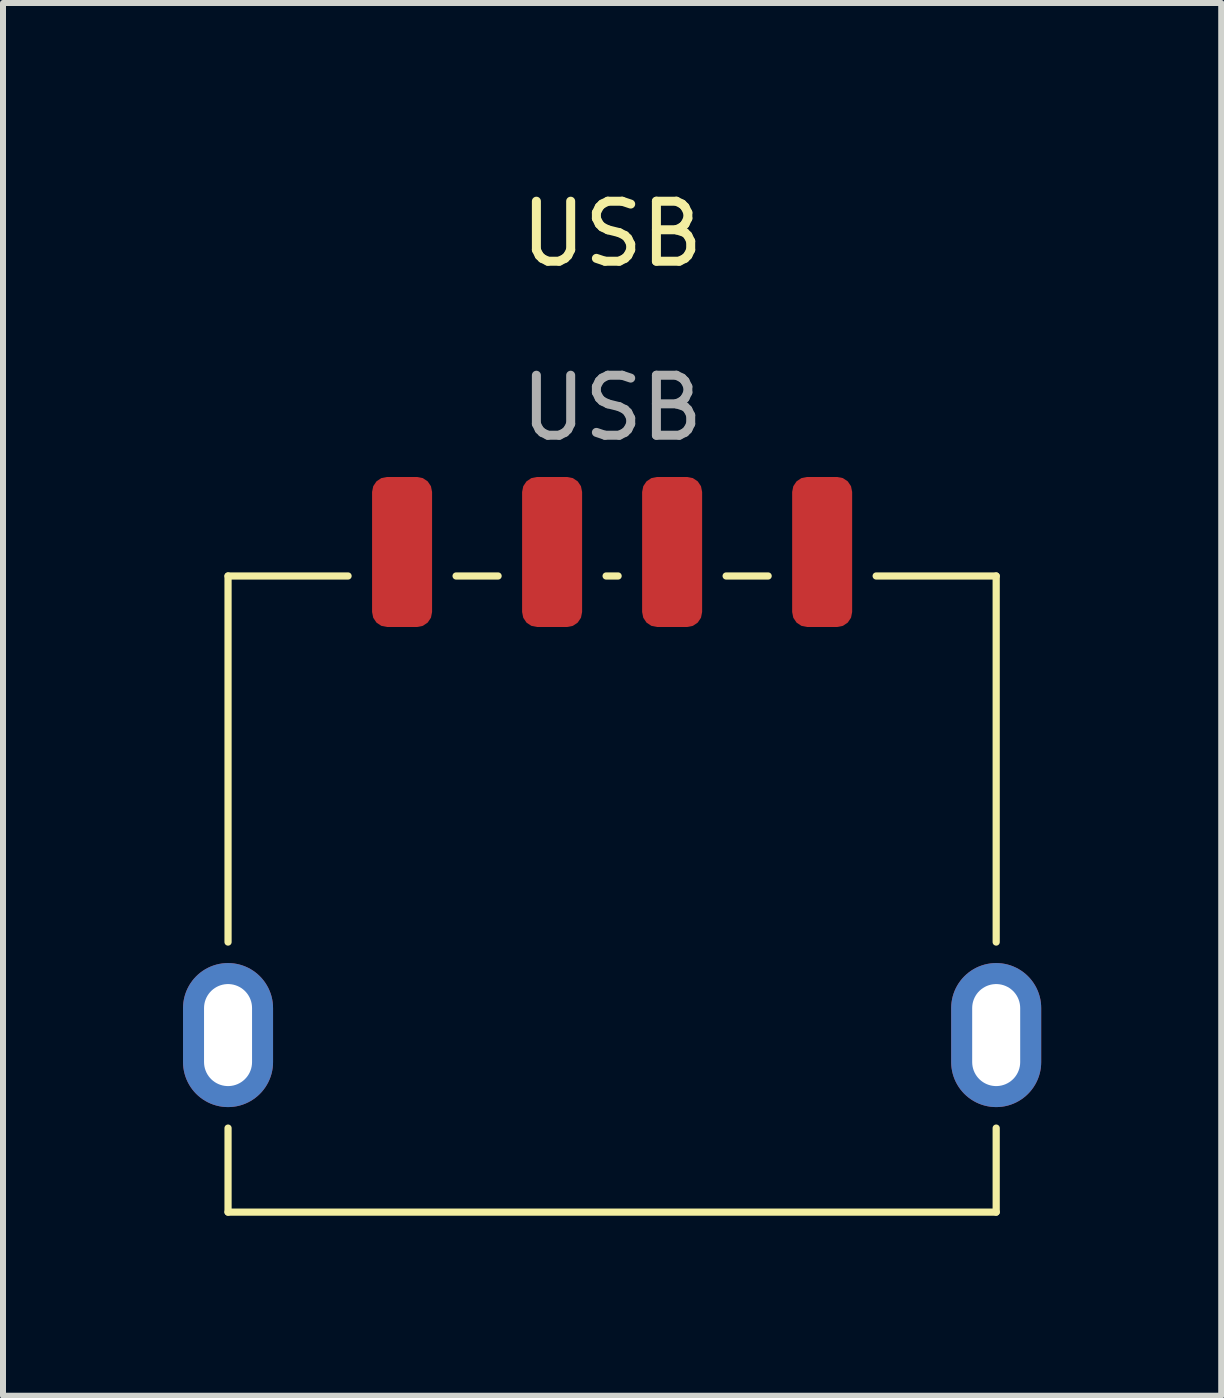
<source format=kicad_pcb>
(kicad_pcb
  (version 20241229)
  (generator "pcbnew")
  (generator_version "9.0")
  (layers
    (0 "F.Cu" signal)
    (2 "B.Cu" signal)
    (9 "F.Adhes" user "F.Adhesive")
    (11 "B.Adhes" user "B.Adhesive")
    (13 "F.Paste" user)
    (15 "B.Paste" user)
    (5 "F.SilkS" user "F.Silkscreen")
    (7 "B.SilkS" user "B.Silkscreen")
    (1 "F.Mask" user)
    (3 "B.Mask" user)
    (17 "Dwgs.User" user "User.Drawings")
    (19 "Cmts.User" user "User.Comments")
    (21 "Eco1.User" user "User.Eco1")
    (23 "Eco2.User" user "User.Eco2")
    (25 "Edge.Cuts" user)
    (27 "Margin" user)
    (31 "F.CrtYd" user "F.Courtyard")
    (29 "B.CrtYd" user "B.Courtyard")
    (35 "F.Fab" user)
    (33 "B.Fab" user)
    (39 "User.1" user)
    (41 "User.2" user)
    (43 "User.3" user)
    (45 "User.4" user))
  (footprint "USB"
    (layer "F.Cu")
    (at 7.15 6.148)
    (property "Reference" "USB" (at 0 -5.3 0) (unlocked yes) (layer "F.SilkS") (effects (font (size 1 1) (thickness 0.15))))
    (attr smd)
    (fp_line (start -6.4 0.4) (end -4.4 0.4) (stroke (width 0.12) (type solid)) (layer "F.SilkS"))
    (fp_line (start -6.4 6.5) (end -6.4 0.4) (stroke (width 0.12) (type solid)) (layer "F.SilkS"))
    (fp_line (start -6.4 9.6) (end -6.4 11) (stroke (width 0.12) (type solid)) (layer "F.SilkS"))
    (fp_line (start -1.9 0.4) (end -2.6 0.4) (stroke (width 0.12) (type solid)) (layer "F.SilkS"))
    (fp_line (start 0.1 0.4) (end -0.1 0.4) (stroke (width 0.12) (type solid)) (layer "F.SilkS"))
    (fp_line (start 2.6 0.4) (end 1.9 0.4) (stroke (width 0.12) (type solid)) (layer "F.SilkS"))
    (fp_line (start 6.4 0.4) (end 4.4 0.4) (stroke (width 0.12) (type solid)) (layer "F.SilkS"))
    (fp_line (start 6.4 6.5) (end 6.4 0.4) (stroke (width 0.12) (type solid)) (layer "F.SilkS"))
    (fp_line (start 6.4 9.6) (end 6.4 11) (stroke (width 0.12) (type solid)) (layer "F.SilkS"))
    (fp_line (start 6.4 11) (end -6.4 11) (stroke (width 0.12) (type solid)) (layer "F.SilkS"))
    (fp_text user "${REFERENCE}" (at 0 -2.4 0) (unlocked yes) (layer "F.Fab") (effects (font (size 1 1) (thickness 0.15))))
    (pad "1" smd roundrect (at -3.5 0) (size 1 2.5) (layers "F.Cu" "F.Mask" "F.Paste") (roundrect_rratio 0.25))
    (pad "2" smd roundrect (at -1 0) (size 1 2.5) (layers "F.Cu" "F.Mask" "F.Paste") (roundrect_rratio 0.25))
    (pad "3" smd roundrect (at 1 0) (size 1 2.5) (layers "F.Cu" "F.Mask" "F.Paste") (roundrect_rratio 0.25))
    (pad "4" thru_hole oval (at -6.4 8.05) (size 1.5 2.4) (drill oval 0.8 1.7) (layers "*.Cu" "*.Mask"))
    (pad "4" smd roundrect (at 3.5 0) (size 1 2.5) (layers "F.Cu" "F.Mask" "F.Paste") (roundrect_rratio 0.25))
    (pad "4" thru_hole oval (at 6.4 8.05) (size 1.5 2.4) (drill oval 0.8 1.7) (layers "*.Cu" "*.Mask")))
  (gr_rect
    (start -3 -3)
    (end 17.3 20.208)
    (stroke (width 0.1) (type default))
    (fill no)
    (layer "Edge.Cuts")))
</source>
